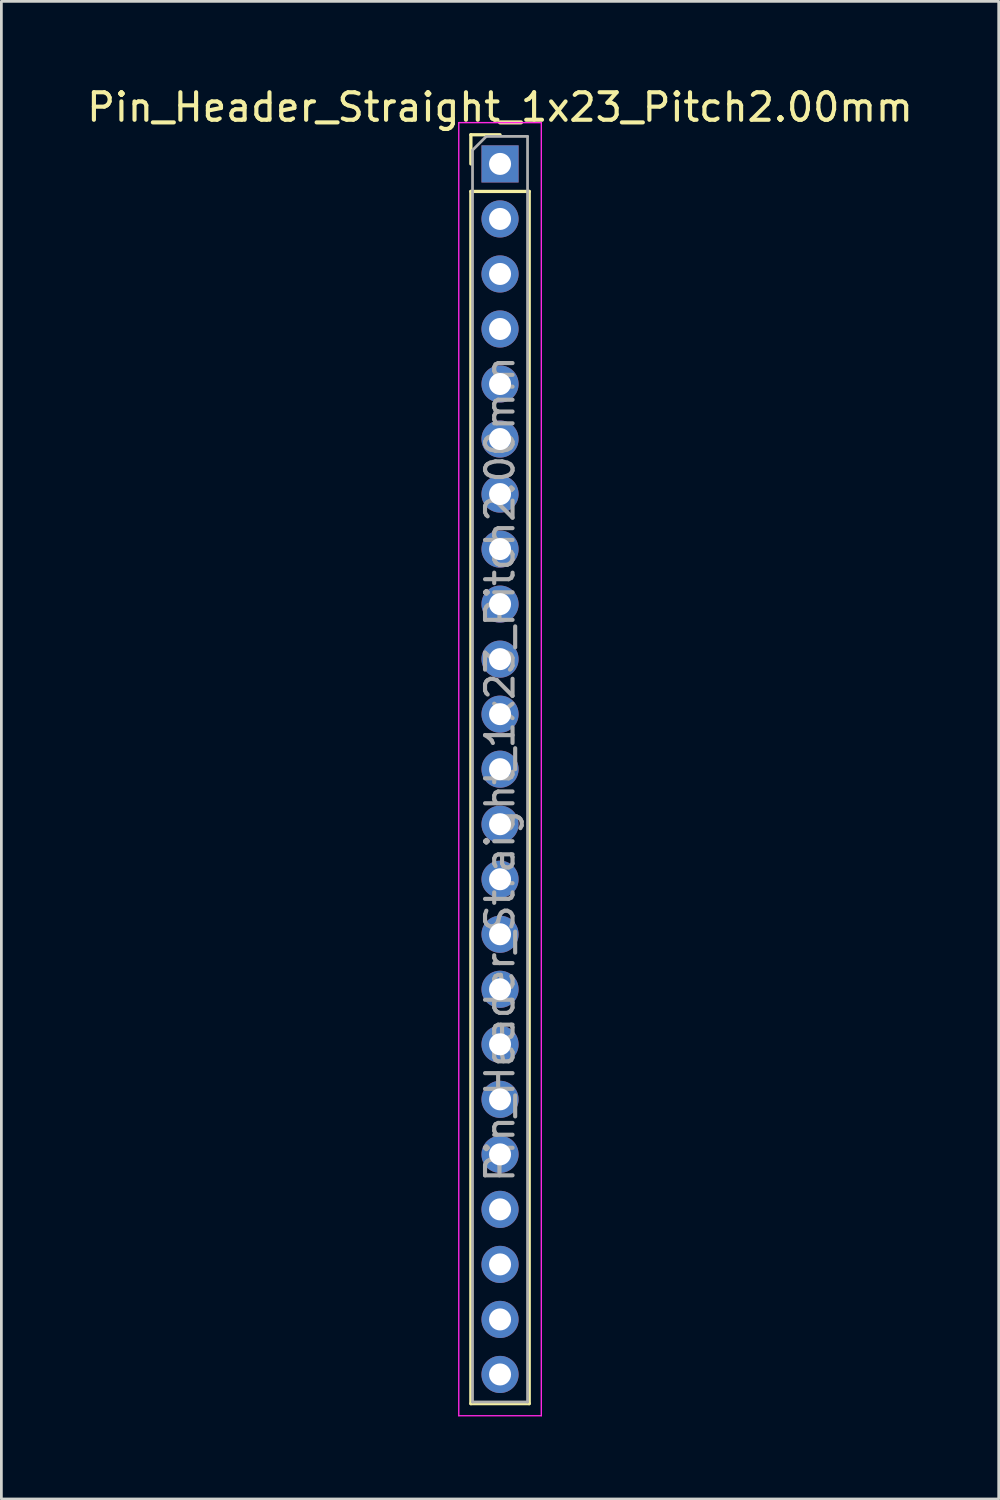
<source format=kicad_pcb>
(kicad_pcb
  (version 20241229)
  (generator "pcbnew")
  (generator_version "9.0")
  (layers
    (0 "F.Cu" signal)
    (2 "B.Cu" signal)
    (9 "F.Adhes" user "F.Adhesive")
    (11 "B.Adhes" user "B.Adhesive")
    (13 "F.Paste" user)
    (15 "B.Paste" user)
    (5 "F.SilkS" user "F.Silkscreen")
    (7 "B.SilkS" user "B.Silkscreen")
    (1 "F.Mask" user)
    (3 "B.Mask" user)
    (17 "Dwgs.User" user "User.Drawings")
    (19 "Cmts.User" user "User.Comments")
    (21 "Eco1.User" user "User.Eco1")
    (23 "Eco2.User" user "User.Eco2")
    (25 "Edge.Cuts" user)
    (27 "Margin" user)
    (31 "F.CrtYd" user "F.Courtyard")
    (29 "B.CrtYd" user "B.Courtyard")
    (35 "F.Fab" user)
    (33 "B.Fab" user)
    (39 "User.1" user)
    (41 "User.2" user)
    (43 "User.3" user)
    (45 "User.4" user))
  (footprint "Pin_Header_Straight_1x23_Pitch2.00mm"
    (layer "F.Cu")
    (at 15.125 2.908)
    (property "Reference" "Pin_Header_Straight_1x23_Pitch2.00mm" (at 0 -2.06 0) (layer "F.SilkS") (effects (font (size 1 1) (thickness 0.15))))
    (attr through_hole)
    (fp_line (start -1.06 -1.06) (end 0 -1.06) (stroke (width 0.12) (type solid)) (layer "F.SilkS"))
    (fp_line (start -1.06 0) (end -1.06 -1.06) (stroke (width 0.12) (type solid)) (layer "F.SilkS"))
    (fp_line (start -1.06 1) (end -1.06 45.06) (stroke (width 0.12) (type solid)) (layer "F.SilkS"))
    (fp_line (start -1.06 1) (end 1.06 1) (stroke (width 0.12) (type solid)) (layer "F.SilkS"))
    (fp_line (start -1.06 45.06) (end 1.06 45.06) (stroke (width 0.12) (type solid)) (layer "F.SilkS"))
    (fp_line (start 1.06 1) (end 1.06 45.06) (stroke (width 0.12) (type solid)) (layer "F.SilkS"))
    (fp_line (start -1.5 -1.5) (end -1.5 45.5) (stroke (width 0.05) (type solid)) (layer "F.CrtYd"))
    (fp_line (start -1.5 45.5) (end 1.5 45.5) (stroke (width 0.05) (type solid)) (layer "F.CrtYd"))
    (fp_line (start 1.5 -1.5) (end -1.5 -1.5) (stroke (width 0.05) (type solid)) (layer "F.CrtYd"))
    (fp_line (start 1.5 45.5) (end 1.5 -1.5) (stroke (width 0.05) (type solid)) (layer "F.CrtYd"))
    (fp_line (start -1 -0.5) (end -0.5 -1) (stroke (width 0.1) (type solid)) (layer "F.Fab"))
    (fp_line (start -1 45) (end -1 -0.5) (stroke (width 0.1) (type solid)) (layer "F.Fab"))
    (fp_line (start -0.5 -1) (end 1 -1) (stroke (width 0.1) (type solid)) (layer "F.Fab"))
    (fp_line (start 1 -1) (end 1 45) (stroke (width 0.1) (type solid)) (layer "F.Fab"))
    (fp_line (start 1 45) (end -1 45) (stroke (width 0.1) (type solid)) (layer "F.Fab"))
    (fp_text user "${REFERENCE}" (at 0 22 90) (layer "F.Fab") (effects (font (size 1 1) (thickness 0.15))))
    (pad "1" thru_hole rect (at 0 0) (size 1.35 1.35) (drill 0.8) (layers "*.Cu" "*.Mask"))
    (pad "2" thru_hole oval (at 0 2) (size 1.35 1.35) (drill 0.8) (layers "*.Cu" "*.Mask"))
    (pad "3" thru_hole oval (at 0 4) (size 1.35 1.35) (drill 0.8) (layers "*.Cu" "*.Mask"))
    (pad "4" thru_hole oval (at 0 6) (size 1.35 1.35) (drill 0.8) (layers "*.Cu" "*.Mask"))
    (pad "5" thru_hole oval (at 0 8) (size 1.35 1.35) (drill 0.8) (layers "*.Cu" "*.Mask"))
    (pad "6" thru_hole oval (at 0 10) (size 1.35 1.35) (drill 0.8) (layers "*.Cu" "*.Mask"))
    (pad "7" thru_hole oval (at 0 12) (size 1.35 1.35) (drill 0.8) (layers "*.Cu" "*.Mask"))
    (pad "8" thru_hole oval (at 0 14) (size 1.35 1.35) (drill 0.8) (layers "*.Cu" "*.Mask"))
    (pad "9" thru_hole oval (at 0 16) (size 1.35 1.35) (drill 0.8) (layers "*.Cu" "*.Mask"))
    (pad "10" thru_hole oval (at 0 18) (size 1.35 1.35) (drill 0.8) (layers "*.Cu" "*.Mask"))
    (pad "11" thru_hole oval (at 0 20) (size 1.35 1.35) (drill 0.8) (layers "*.Cu" "*.Mask"))
    (pad "12" thru_hole oval (at 0 22) (size 1.35 1.35) (drill 0.8) (layers "*.Cu" "*.Mask"))
    (pad "13" thru_hole oval (at 0 24) (size 1.35 1.35) (drill 0.8) (layers "*.Cu" "*.Mask"))
    (pad "14" thru_hole oval (at 0 26) (size 1.35 1.35) (drill 0.8) (layers "*.Cu" "*.Mask"))
    (pad "15" thru_hole oval (at 0 28) (size 1.35 1.35) (drill 0.8) (layers "*.Cu" "*.Mask"))
    (pad "16" thru_hole oval (at 0 30) (size 1.35 1.35) (drill 0.8) (layers "*.Cu" "*.Mask"))
    (pad "17" thru_hole oval (at 0 32) (size 1.35 1.35) (drill 0.8) (layers "*.Cu" "*.Mask"))
    (pad "18" thru_hole oval (at 0 34) (size 1.35 1.35) (drill 0.8) (layers "*.Cu" "*.Mask"))
    (pad "19" thru_hole oval (at 0 36) (size 1.35 1.35) (drill 0.8) (layers "*.Cu" "*.Mask"))
    (pad "20" thru_hole oval (at 0 38) (size 1.35 1.35) (drill 0.8) (layers "*.Cu" "*.Mask"))
    (pad "21" thru_hole oval (at 0 40) (size 1.35 1.35) (drill 0.8) (layers "*.Cu" "*.Mask"))
    (pad "22" thru_hole oval (at 0 42) (size 1.35 1.35) (drill 0.8) (layers "*.Cu" "*.Mask"))
    (pad "23" thru_hole oval (at 0 44) (size 1.35 1.35) (drill 0.8) (layers "*.Cu" "*.Mask")))
  (gr_rect
    (start -3 -3)
    (end 33.25 51.433)
    (stroke (width 0.1) (type default))
    (fill no)
    (layer "Edge.Cuts")))
</source>
